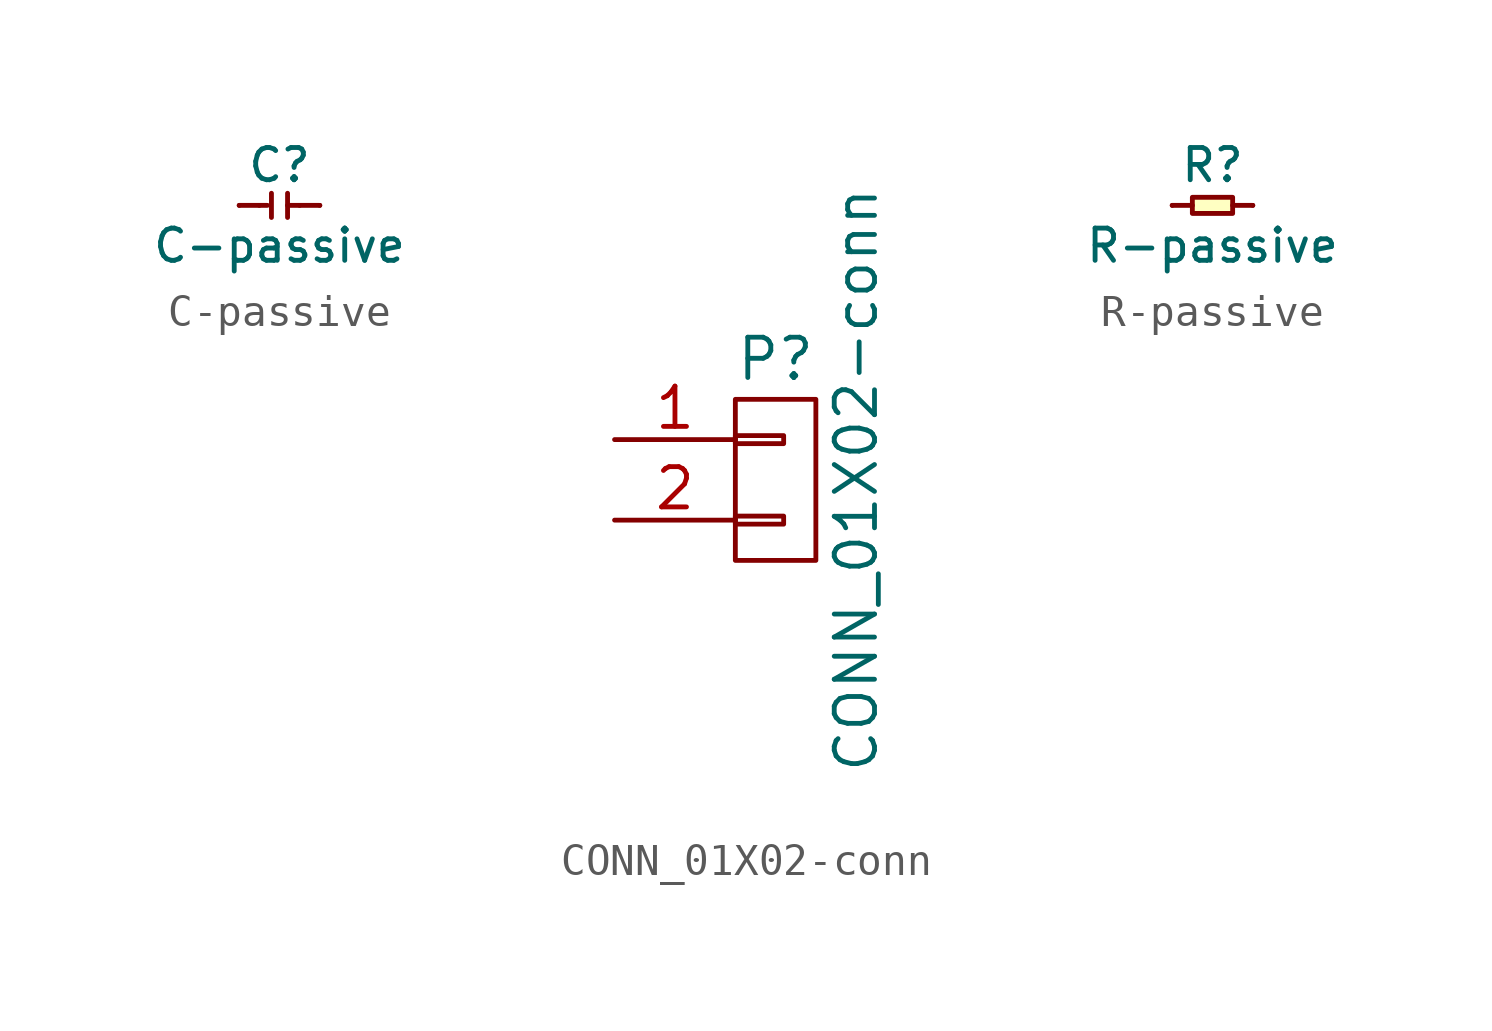
<source format=kicad_sym>
(kicad_symbol_lib
  (version 20211014)
  (generator kicad_symbol_editor)
  (symbol "C-passive"
    (pin_numbers hide)
    (pin_names
      (offset 1.016) hide)
    (property "Reference" "C"
      (at 0 1.27 0)
      (effects (font (size 1.016 1.016))))
    (property "Value" "C-passive"
      (at 0 -1.27 0)
      (effects (font (size 1.016 1.016))))
    (property "Footprint" ""
      (at 0 0 0)
      (effects (font (size 1.524 1.524))))
    (property "Datasheet" ""
      (at 0 0 0)
      (effects (font (size 1.524 1.524))))
    (symbol "C-passive_0_1"
      (polyline (pts (xy -0.635 0) (xy -1.27 0)) (stroke (width 0) (type default) (color 0 0 0 0)) (fill (type none)))
      (polyline (pts (xy -0.635 0) (xy -0.381 0)) (stroke (width 0) (type default) (color 0 0 0 0)) (fill (type none)))
      (polyline (pts (xy -0.254 0.381) (xy -0.254 -0.381)) (stroke (width 0) (type default) (color 0 0 0 0)) (fill (type none)))
      (polyline (pts (xy 0.254 0.381) (xy 0.254 -0.381)) (stroke (width 0) (type default) (color 0 0 0 0)) (fill (type none)))
      (polyline (pts (xy 0.635 0) (xy 0.254 0)) (stroke (width 0) (type default) (color 0 0 0 0)) (fill (type none)))
      (polyline (pts (xy 1.27 0) (xy 0.635 0)) (stroke (width 0) (type default) (color 0 0 0 0)) (fill (type none))))
    (symbol "C-passive_1_1"
      (pin passive line (at -1.27 0 0) (length 0) (name "1" (effects (font (size 0.635 0.635)))) (number "1" (effects (font (size 0.635 0.635)))))
      (pin passive line (at 1.27 0 0) (length 0) (name "2" (effects (font (size 0.635 0.635)))) (number "2" (effects (font (size 0.635 0.635)))))))
  (symbol "CONN_01X02-conn"
    (pin_names
      (offset 1.016) hide)
    (property "Reference" "P"
      (at 0 3.81 0)
      (effects (font (size 1.27 1.27))))
    (property "Value" "CONN_01X02-conn"
      (at 2.54 0 90)
      (effects (font (size 1.27 1.27))))
    (property "Footprint" ""
      (at 0 0 0)
      (effects (font (size 1.27 1.27))))
    (property "Datasheet" ""
      (at 0 0 0)
      (effects (font (size 1.27 1.27))))
    (symbol "CONN_01X02-conn_0_1"
      (rectangle (start -1.27 -1.143) (end 0.254 -1.397) (stroke (width 0) (type default) (color 0 0 0 0)) (fill (type none)))
      (rectangle (start -1.27 1.397) (end 0.254 1.143) (stroke (width 0) (type default) (color 0 0 0 0)) (fill (type none)))
      (rectangle (start -1.27 2.54) (end 1.27 -2.54) (stroke (width 0) (type default) (color 0 0 0 0)) (fill (type none))))
    (symbol "CONN_01X02-conn_1_1"
      (pin passive line (at -5.08 1.27 0) (length 3.81) (name "P1" (effects (font (size 1.27 1.27)))) (number "1" (effects (font (size 1.27 1.27)))))
      (pin passive line (at -5.08 -1.27 0) (length 3.81) (name "P2" (effects (font (size 1.27 1.27)))) (number "2" (effects (font (size 1.27 1.27)))))))
  (symbol "R-passive"
    (pin_numbers hide)
    (pin_names
      (offset 1.016) hide)
    (property "Reference" "R"
      (at 0 1.27 0)
      (effects (font (size 1.016 1.016))))
    (property "Value" "R-passive"
      (at 0 -1.27 0)
      (effects (font (size 1.016 1.016))))
    (property "Footprint" ""
      (at 0 0 0)
      (effects (font (size 1.524 1.524))))
    (property "Datasheet" ""
      (at 0 0 0)
      (effects (font (size 1.524 1.524))))
    (symbol "R-passive_0_1"
      (polyline (pts (xy -0.635 0) (xy -1.27 0)) (stroke (width 0) (type default) (color 0 0 0 0)) (fill (type none)))
      (polyline (pts (xy 1.27 0) (xy 0.635 0)) (stroke (width 0) (type default) (color 0 0 0 0)) (fill (type none)))
      (rectangle (start 0.635 0.254) (end -0.635 -0.254) (stroke (width 0) (type default) (color 0 0 0 0)) (fill (type background))))
    (symbol "R-passive_1_1"
      (pin passive line (at -1.27 0 0) (length 0) (name "1" (effects (font (size 0.635 0.635)))) (number "1" (effects (font (size 0.635 0.635)))))
      (pin passive line (at 1.27 0 0) (length 0) (name "2" (effects (font (size 0.635 0.635)))) (number "2" (effects (font (size 0.635 0.635))))))))
</source>
